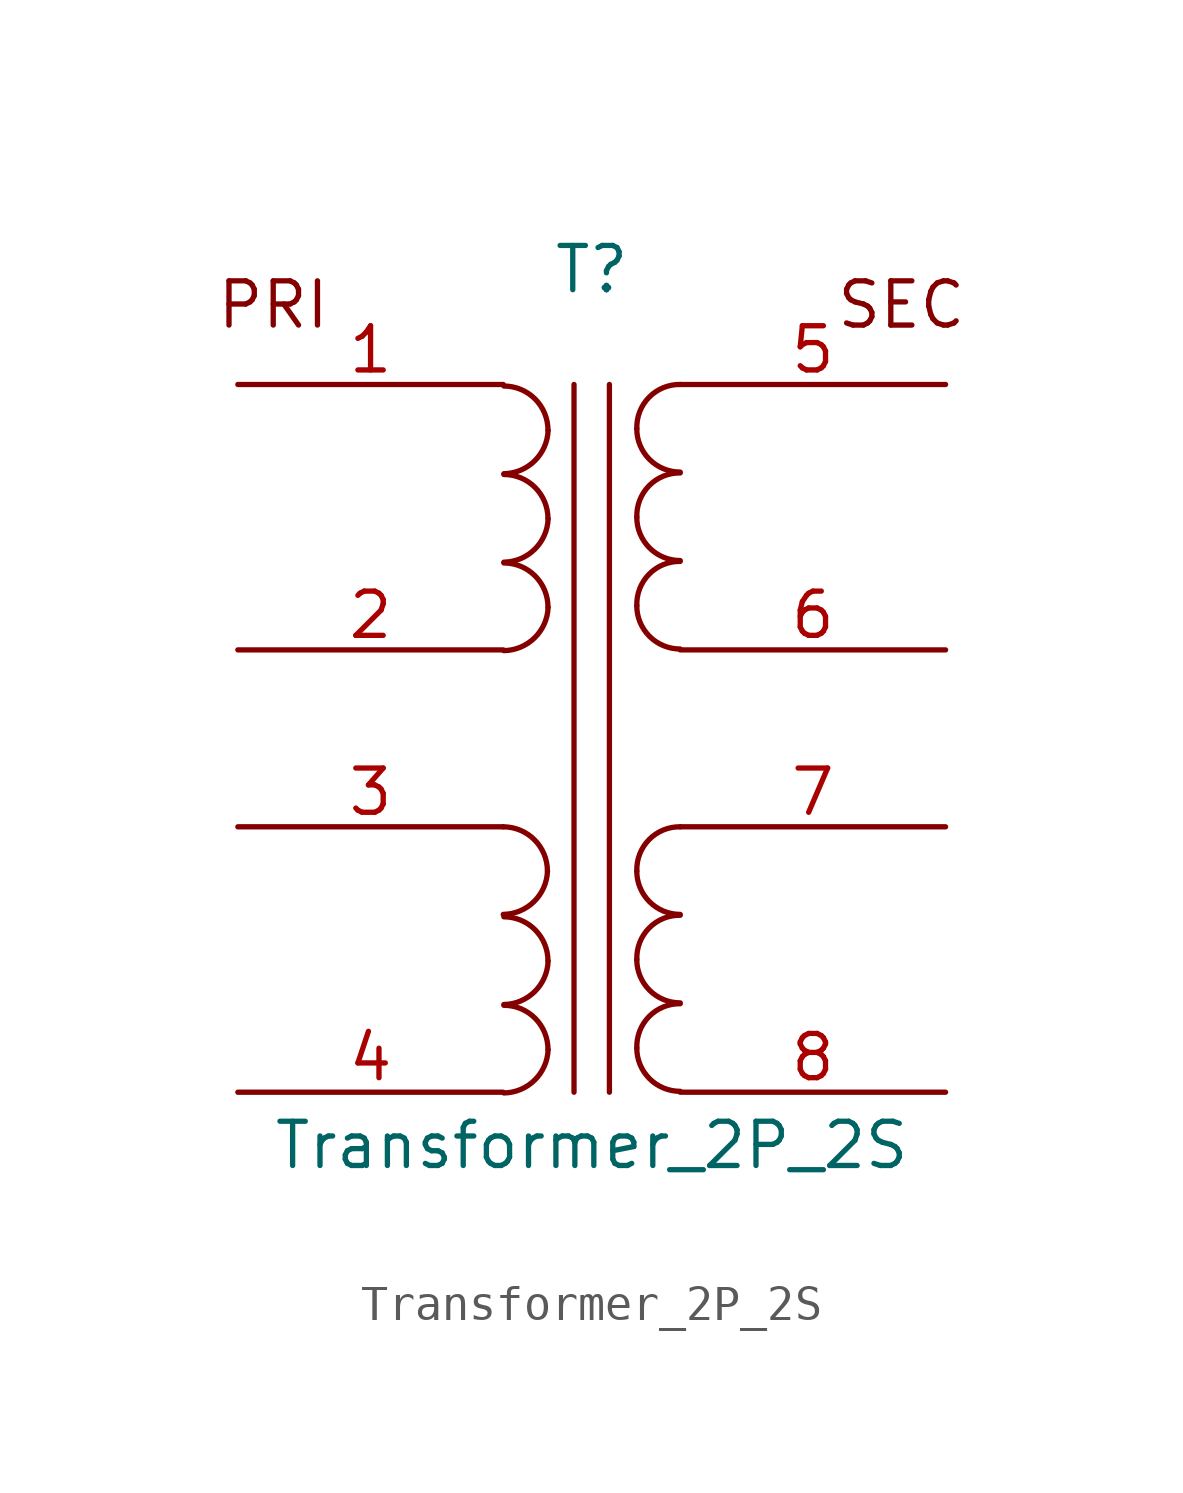
<source format=kicad_sym>
(kicad_symbol_lib
  (version 20231120)
  (generator "kicad_symbol_editor")
  (generator_version "8.0")
  (symbol "Transformer_2P_2S"
    (pin_names hide)
    (property "Reference" "T"
      (at 0 13.462 0)
      (effects (font (size 1.27 1.27))))
    (property "Value" "Transformer_2P_2S"
      (at 0 -11.684 0)
      (effects (font (size 1.27 1.27))))
    (symbol "Transformer_2P_2S_0_1"
      (arc (start -2.54 -5.0546) (mid -1.6599 -4.6901) (end -1.27 -3.81) (stroke (width 0) (type default)) (fill (type none)))
      (arc (start -2.5217 -10.1789) (mid -1.6378 -9.8106) (end -1.2517 -8.9343) (stroke (width 0) (type default)) (fill (type none)))
      (arc (start -2.5217 -7.6389) (mid -1.6378 -7.2706) (end -1.2517 -6.3943) (stroke (width 0) (type default)) (fill (type none)))
      (arc (start -2.5217 2.5211) (mid -1.6378 2.8894) (end -1.2517 3.7657) (stroke (width 0) (type default)) (fill (type none)))
      (arc (start -2.5217 5.0611) (mid -1.6378 5.4294) (end -1.2517 6.3057) (stroke (width 0) (type default)) (fill (type none)))
      (arc (start -2.5217 7.6011) (mid -1.6378 7.9694) (end -1.2517 8.8457) (stroke (width 0) (type default)) (fill (type none)))
      (arc (start -1.27 -3.81) (mid -1.642 -2.912) (end -2.54 -2.54) (stroke (width 0) (type default)) (fill (type none)))
      (arc (start -1.2517 -8.9343) (mid -1.6237 -8.0363) (end -2.5217 -7.6643) (stroke (width 0) (type default)) (fill (type none)))
      (arc (start -1.2517 -6.3943) (mid -1.6237 -5.4963) (end -2.5217 -5.1243) (stroke (width 0) (type default)) (fill (type none)))
      (arc (start -1.2517 3.7657) (mid -1.6237 4.6637) (end -2.5217 5.0357) (stroke (width 0) (type default)) (fill (type none)))
      (arc (start -1.2517 6.3057) (mid -1.6237 7.2037) (end -2.5217 7.5757) (stroke (width 0) (type default)) (fill (type none)))
      (arc (start -1.2517 8.8457) (mid -1.6237 9.7437) (end -2.5217 10.1157) (stroke (width 0) (type default)) (fill (type none)))
      (polyline (pts (xy -0.508 -10.16) (xy -0.508 10.16)) (stroke (width 0) (type default)) (fill (type none)))
      (polyline (pts (xy 0.508 10.16) (xy 0.508 -10.16)) (stroke (width 0) (type default)) (fill (type none)))
      (arc (start 1.2954 -8.89) (mid 1.6599 -9.7701) (end 2.54 -10.1346) (stroke (width 0) (type default)) (fill (type none)))
      (arc (start 1.2954 -6.35) (mid 1.6599 -7.2301) (end 2.54 -7.5946) (stroke (width 0) (type default)) (fill (type none)))
      (arc (start 1.2954 -3.81) (mid 1.6599 -4.6901) (end 2.54 -5.0546) (stroke (width 0) (type default)) (fill (type none)))
      (arc (start 1.2954 3.81) (mid 1.6599 2.9299) (end 2.54 2.5654) (stroke (width 0) (type default)) (fill (type none)))
      (arc (start 1.2954 6.35) (mid 1.6599 5.4699) (end 2.54 5.1054) (stroke (width 0) (type default)) (fill (type none)))
      (arc (start 1.2954 8.89) (mid 1.6599 8.0099) (end 2.54 7.6454) (stroke (width 0) (type default)) (fill (type none)))
      (arc (start 2.54 -7.62) (mid 1.642 -7.992) (end 1.2954 -8.89) (stroke (width 0) (type default)) (fill (type none)))
      (arc (start 2.54 -5.08) (mid 1.642 -5.452) (end 1.2954 -6.35) (stroke (width 0) (type default)) (fill (type none)))
      (arc (start 2.54 -2.54) (mid 1.642 -2.912) (end 1.2954 -3.81) (stroke (width 0) (type default)) (fill (type none)))
      (arc (start 2.54 5.08) (mid 1.642 4.708) (end 1.2954 3.81) (stroke (width 0) (type default)) (fill (type none)))
      (arc (start 2.54 7.62) (mid 1.642 7.248) (end 1.2954 6.35) (stroke (width 0) (type default)) (fill (type none)))
      (arc (start 2.54 10.16) (mid 1.642 9.788) (end 1.2954 8.89) (stroke (width 0) (type default)) (fill (type none))))
    (symbol "Transformer_2P_2S_1_0"
      (pin passive line (at -10.16 -10.16 0) (length 7.62) (name "IN2B" (effects (font (size 1.27 1.27)))) (number "4" (effects (font (size 1.27 1.27))))))
    (symbol "Transformer_2P_2S_1_1"
      (text "PRI" (at -9.144 12.446 0) (effects (font (size 1.27 1.27))))
      (text "SEC" (at 8.89 12.446 0) (effects (font (size 1.27 1.27))))
      (pin passive line (at -10.16 10.16 0) (length 7.62) (name "IN1A" (effects (font (size 1.27 1.27)))) (number "1" (effects (font (size 1.27 1.27)))))
      (pin passive line (at -10.16 2.54 0) (length 7.62) (name "IN1B" (effects (font (size 1.27 1.27)))) (number "2" (effects (font (size 1.27 1.27)))))
      (pin passive line (at -10.16 -2.54 0) (length 7.62) (name "IN2A" (effects (font (size 1.27 1.27)))) (number "3" (effects (font (size 1.27 1.27)))))
      (pin passive line (at 10.16 10.16 180) (length 7.62) (name "OUT1A" (effects (font (size 1.27 1.27)))) (number "5" (effects (font (size 1.27 1.27)))))
      (pin passive line (at 10.16 2.54 180) (length 7.62) (name "OUT1B" (effects (font (size 1.27 1.27)))) (number "6" (effects (font (size 1.27 1.27)))))
      (pin passive line (at 10.16 -2.54 180) (length 7.62) (name "OUT2A" (effects (font (size 1.27 1.27)))) (number "7" (effects (font (size 1.27 1.27)))))
      (pin passive line (at 10.16 -10.16 180) (length 7.62) (name "OUT2B" (effects (font (size 1.27 1.27)))) (number "8" (effects (font (size 1.27 1.27))))))))
</source>
